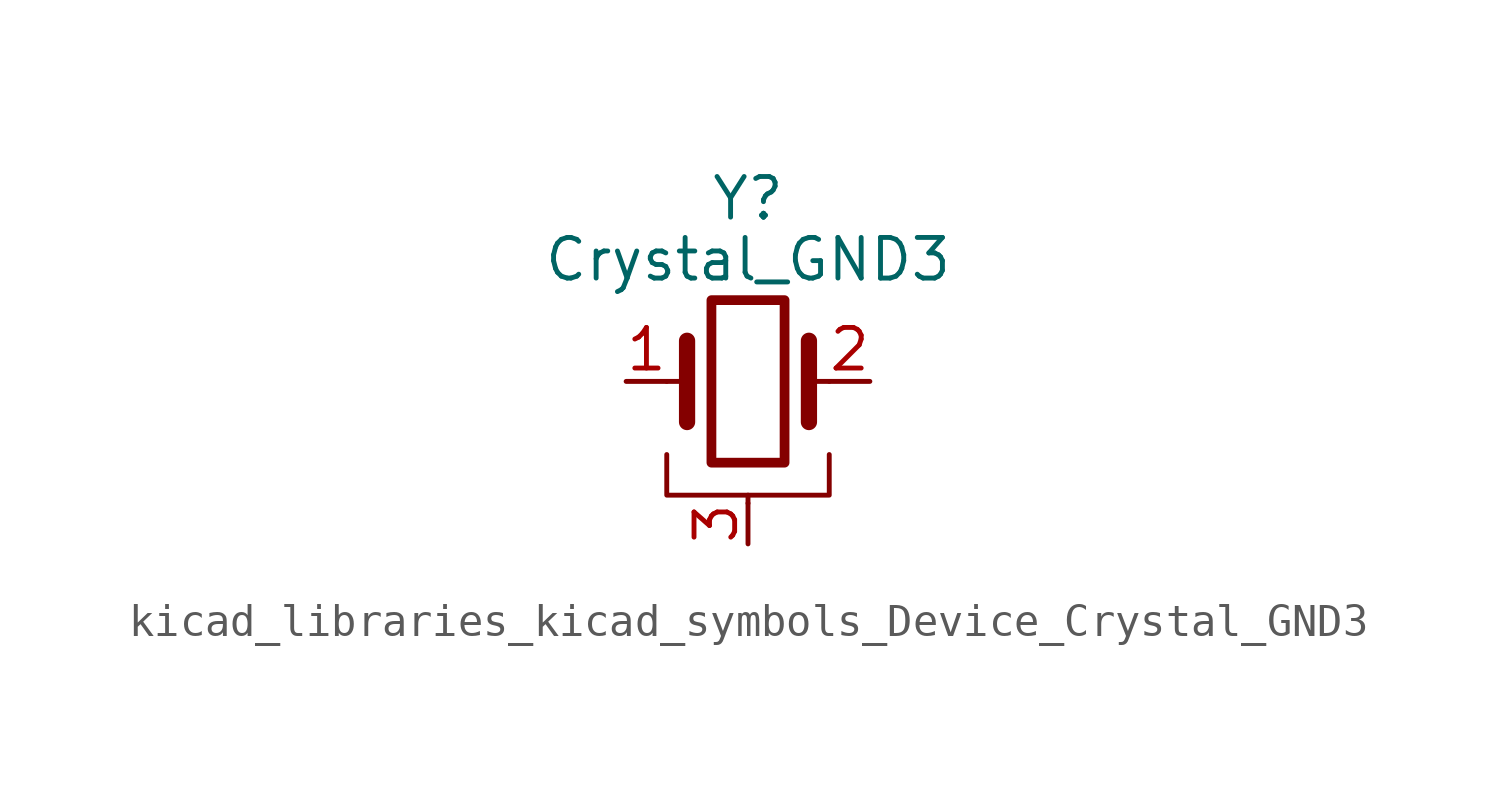
<source format=kicad_sym>
(kicad_symbol_lib
  (version 20220914)
  (generator kicad_symbol_editor)
  (symbol "kicad_libraries_kicad_symbols_Device_Crystal_GND3"
    (pin_names
      (offset 1.016) hide)
    (property "Reference" "Y"
      (at 0 5.715 0)
      (effects (font (size 1.27 1.27))))
    (property "Value" "Crystal_GND3"
      (at 0 3.81 0)
      (effects (font (size 1.27 1.27))))
    (symbol "kicad_libraries_kicad_symbols_Device_Crystal_GND3_0_1"
      (rectangle (start -1.143 2.54) (end 1.143 -2.54) (stroke (width 0.305) (type default)) (fill (type none)))
      (polyline (pts (xy -2.54 0) (xy -1.905 0)) (stroke (width 0) (type default)) (fill (type none)))
      (polyline (pts (xy -1.905 -1.27) (xy -1.905 1.27)) (stroke (width 0.508) (type default)) (fill (type none)))
      (polyline (pts (xy 0 -3.81) (xy 0 -3.556)) (stroke (width 0) (type default)) (fill (type none)))
      (polyline (pts (xy 1.905 0) (xy 2.54 0)) (stroke (width 0) (type default)) (fill (type none)))
      (polyline (pts (xy 1.905 1.27) (xy 1.905 -1.27)) (stroke (width 0.508) (type default)) (fill (type none)))
      (polyline (pts (xy -2.54 -2.286) (xy -2.54 -3.556) (xy 2.54 -3.556) (xy 2.54 -2.286)) (stroke (width 0) (type default)) (fill (type none))))
    (symbol "kicad_libraries_kicad_symbols_Device_Crystal_GND3_1_1"
      (pin passive line (at -3.81 0 0) (length 1.27) (name "1" (effects (font (size 1.27 1.27)))) (number "1" (effects (font (size 1.27 1.27)))))
      (pin passive line (at 3.81 0 180) (length 1.27) (name "2" (effects (font (size 1.27 1.27)))) (number "2" (effects (font (size 1.27 1.27)))))
      (pin passive line (at 0 -5.08 90) (length 1.27) (name "3" (effects (font (size 1.27 1.27)))) (number "3" (effects (font (size 1.27 1.27))))))))
</source>
